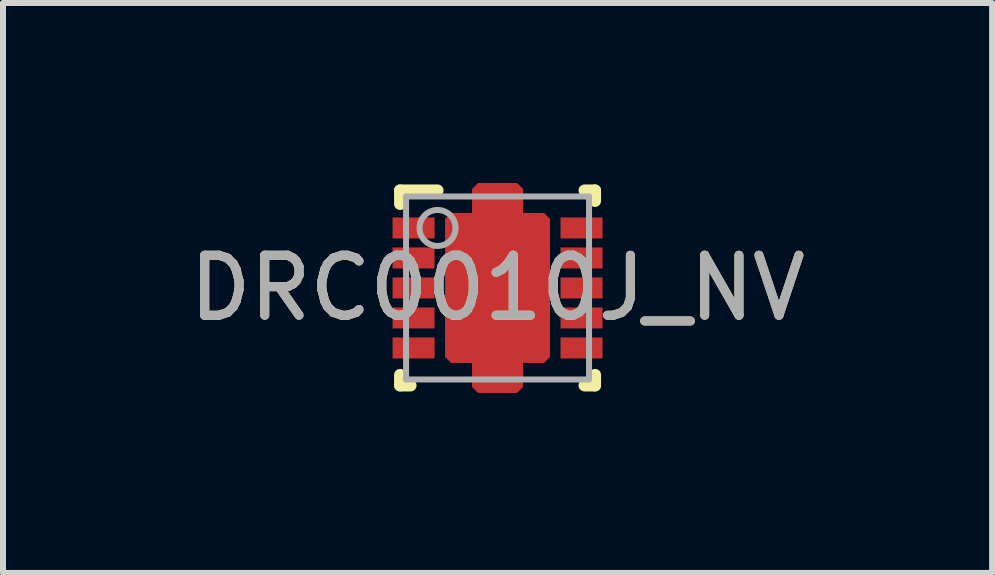
<source format=kicad_pcb>
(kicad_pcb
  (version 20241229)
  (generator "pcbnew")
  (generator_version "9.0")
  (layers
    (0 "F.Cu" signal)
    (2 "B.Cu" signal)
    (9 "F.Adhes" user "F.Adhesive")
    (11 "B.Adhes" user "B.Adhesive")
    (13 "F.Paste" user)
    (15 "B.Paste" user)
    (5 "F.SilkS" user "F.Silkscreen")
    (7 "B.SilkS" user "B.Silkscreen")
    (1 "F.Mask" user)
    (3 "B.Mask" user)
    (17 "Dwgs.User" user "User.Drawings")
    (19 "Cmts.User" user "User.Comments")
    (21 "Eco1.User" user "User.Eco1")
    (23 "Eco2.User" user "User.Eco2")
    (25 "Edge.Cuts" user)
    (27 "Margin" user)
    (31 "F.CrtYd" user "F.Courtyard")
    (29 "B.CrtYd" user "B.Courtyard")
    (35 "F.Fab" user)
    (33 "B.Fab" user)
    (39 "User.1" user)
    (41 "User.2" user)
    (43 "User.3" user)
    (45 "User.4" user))
  (footprint "DRC0010J_NV"
    (layer "F.Cu")
    (at 5.244 1.75)
    (property "Reference" "DRC0010J_NV" (at 0 0 0) (unlocked yes) (layer "F.SilkS") (effects (font (size 1 1) (thickness 0.15))))
    (attr smd)
    (fp_poly (pts (xy -0.25 -1.1) (xy 0.25 -1.1) (xy 0.25 -1.75) (xy -0.25 -1.75)) (stroke (width 0) (type solid)) (fill yes) (layer "F.Cu"))
    (fp_poly (pts (xy -0.25 1.75) (xy 0.25 1.75) (xy 0.25 1.1) (xy -0.25 1.1)) (stroke (width 0) (type solid)) (fill yes) (layer "F.Cu"))
    (fp_poly (pts (xy -0.775 1.25) (xy -0.425 1.25) (xy -0.425 1.65) (xy -0.325 1.75) (xy -0.325 1.75) (xy -0.175 1.75) (xy -0.175 1.75) (xy -0.075 1.65) (xy -0.075 1.25) (xy 0.075 1.25) (xy 0.075 1.65) (xy 0.175 1.75) (xy 0.175 1.75) (xy 0.325 1.75) (xy 0.325 1.75) (xy 0.425 1.65) (xy 0.425 1.25) (xy 0.775 1.25) (xy 0.875 1.15) (xy 0.875 -1.15) (xy 0.775 -1.25) (xy 0.425 -1.25) (xy 0.425 -1.65) (xy 0.325 -1.75) (xy 0.175 -1.75) (xy 0.075 -1.65) (xy 0.075 -1.25) (xy -0.075 -1.25) (xy -0.075 -1.65) (xy -0.175 -1.75) (xy -0.325 -1.75) (xy -0.425 -1.65) (xy -0.425 -1.25) (xy -0.775 -1.25) (xy -0.875 -1.15) (xy -0.875 1.15)) (stroke (width 0) (type solid)) (fill yes) (layer "F.Cu"))
    (fp_poly (pts (xy -0.754 1.2) (xy -0.825 1.129) (xy -0.825 -1.129) (xy -0.754 -1.2) (xy -0.425 -1.2) (xy -0.415 -1.201) (xy -0.406 -1.204) (xy -0.397 -1.208) (xy -0.39 -1.215) (xy -0.383 -1.222) (xy -0.379 -1.231) (xy -0.376 -1.24) (xy -0.375 -1.25) (xy -0.375 -1.629) (xy -0.304 -1.7) (xy -0.196 -1.7) (xy -0.125 -1.629) (xy -0.125 -1.25) (xy -0.124 -1.24) (xy -0.121 -1.231) (xy -0.117 -1.222) (xy -0.11 -1.215) (xy -0.103 -1.208) (xy -0.094 -1.204) (xy -0.085 -1.201) (xy -0.075 -1.2) (xy 0.075 -1.2) (xy 0.085 -1.201) (xy 0.094 -1.204) (xy 0.103 -1.208) (xy 0.11 -1.215) (xy 0.117 -1.222) (xy 0.121 -1.231) (xy 0.124 -1.24) (xy 0.125 -1.25) (xy 0.125 -1.629) (xy 0.196 -1.7) (xy 0.304 -1.7) (xy 0.375 -1.629) (xy 0.375 -1.25) (xy 0.376 -1.24) (xy 0.379 -1.231) (xy 0.383 -1.222) (xy 0.39 -1.215) (xy 0.397 -1.208) (xy 0.406 -1.204) (xy 0.415 -1.201) (xy 0.425 -1.2) (xy 0.754 -1.2) (xy 0.825 -1.129) (xy 0.825 1.129) (xy 0.754 1.2) (xy 0.425 1.2) (xy 0.415 1.201) (xy 0.406 1.204) (xy 0.397 1.208) (xy 0.39 1.215) (xy 0.383 1.222) (xy 0.379 1.231) (xy 0.376 1.24) (xy 0.375 1.25) (xy 0.375 1.629) (xy 0.304 1.7) (xy 0.196 1.7) (xy 0.125 1.629) (xy 0.125 1.25) (xy 0.124 1.24) (xy 0.121 1.231) (xy 0.117 1.222) (xy 0.11 1.215) (xy 0.103 1.208) (xy 0.094 1.204) (xy 0.085 1.201) (xy 0.075 1.2) (xy -0.075 1.2) (xy -0.085 1.201) (xy -0.094 1.204) (xy -0.103 1.208) (xy -0.11 1.215) (xy -0.117 1.222) (xy -0.121 1.231) (xy -0.124 1.24) (xy -0.125 1.25) (xy -0.125 1.629) (xy -0.196 1.7) (xy -0.304 1.7) (xy -0.375 1.629) (xy -0.375 1.25) (xy -0.376 1.24) (xy -0.379 1.231) (xy -0.383 1.222) (xy -0.39 1.215) (xy -0.397 1.208) (xy -0.406 1.204) (xy -0.415 1.201) (xy -0.425 1.2)) (stroke (width 0) (type solid)) (fill yes) (layer "F.Mask"))
    (fp_line (start -1.625 -1.625) (end -1 -1.625) (stroke (width 0.2) (type solid)) (layer "F.SilkS"))
    (fp_line (start -1.625 -1.4) (end -1.625 -1.625) (stroke (width 0.2) (type solid)) (layer "F.SilkS"))
    (fp_line (start -1.625 1.625) (end -1.625 1.45) (stroke (width 0.2) (type solid)) (layer "F.SilkS"))
    (fp_line (start -1.625 1.625) (end -1.45 1.625) (stroke (width 0.2) (type solid)) (layer "F.SilkS"))
    (fp_line (start 1.45 -1.625) (end 1.625 -1.625) (stroke (width 0.2) (type solid)) (layer "F.SilkS"))
    (fp_line (start 1.45 1.625) (end 1.625 1.625) (stroke (width 0.2) (type solid)) (layer "F.SilkS"))
    (fp_line (start 1.625 -1.45) (end 1.625 -1.625) (stroke (width 0.2) (type solid)) (layer "F.SilkS"))
    (fp_line (start 1.625 1.625) (end 1.625 1.45) (stroke (width 0.2) (type solid)) (layer "F.SilkS"))
    (fp_poly (pts (xy -0.75 -0.148) (xy -0.75 -1.112) (xy -0.749 -1.122) (xy -0.746 -1.131) (xy -0.742 -1.139) (xy -0.736 -1.146) (xy -0.729 -1.152) (xy -0.721 -1.156) (xy -0.712 -1.159) (xy -0.702 -1.16) (xy 0.702 -1.16) (xy 0.712 -1.159) (xy 0.721 -1.156) (xy 0.729 -1.152) (xy 0.736 -1.146) (xy 0.742 -1.139) (xy 0.746 -1.131) (xy 0.749 -1.122) (xy 0.75 -1.112) (xy 0.75 -0.148) (xy 0.749 -0.138) (xy 0.746 -0.129) (xy 0.742 -0.121) (xy 0.736 -0.114) (xy 0.729 -0.108) (xy 0.721 -0.104) (xy 0.712 -0.101) (xy 0.702 -0.1) (xy -0.702 -0.1) (xy -0.712 -0.101) (xy -0.721 -0.104) (xy -0.729 -0.108) (xy -0.736 -0.114) (xy -0.742 -0.121) (xy -0.746 -0.129) (xy -0.749 -0.138)) (stroke (width 0) (type solid)) (fill yes) (layer "F.Paste"))
    (fp_poly (pts (xy -0.75 1.112) (xy -0.75 0.148) (xy -0.749 0.138) (xy -0.746 0.129) (xy -0.742 0.121) (xy -0.736 0.114) (xy -0.729 0.108) (xy -0.721 0.104) (xy -0.712 0.101) (xy -0.702 0.1) (xy 0.702 0.1) (xy 0.712 0.101) (xy 0.721 0.104) (xy 0.729 0.108) (xy 0.736 0.114) (xy 0.742 0.121) (xy 0.746 0.129) (xy 0.749 0.138) (xy 0.75 0.148) (xy 0.75 1.112) (xy 0.749 1.122) (xy 0.746 1.131) (xy 0.742 1.139) (xy 0.736 1.146) (xy 0.729 1.152) (xy 0.721 1.156) (xy 0.712 1.159) (xy 0.702 1.16) (xy -0.702 1.16) (xy -0.712 1.159) (xy -0.721 1.156) (xy -0.729 1.152) (xy -0.736 1.146) (xy -0.742 1.139) (xy -0.746 1.131) (xy -0.749 1.122)) (stroke (width 0) (type solid)) (fill yes) (layer "F.Paste"))
    (fp_poly (pts (xy -0.125 -1.65) (xy -0.125 -1.41) (xy -0.126 -1.4) (xy -0.129 -1.391) (xy -0.133 -1.382) (xy -0.14 -1.375) (xy -0.147 -1.368) (xy -0.156 -1.364) (xy -0.165 -1.361) (xy -0.175 -1.36) (xy -0.325 -1.36) (xy -0.335 -1.361) (xy -0.344 -1.364) (xy -0.353 -1.368) (xy -0.36 -1.375) (xy -0.367 -1.382) (xy -0.371 -1.391) (xy -0.374 -1.4) (xy -0.375 -1.41) (xy -0.375 -1.65) (xy -0.374 -1.66) (xy -0.371 -1.669) (xy -0.367 -1.678) (xy -0.36 -1.685) (xy -0.353 -1.692) (xy -0.344 -1.696) (xy -0.335 -1.699) (xy -0.325 -1.7) (xy -0.175 -1.7) (xy -0.165 -1.699) (xy -0.156 -1.696) (xy -0.147 -1.692) (xy -0.14 -1.685) (xy -0.133 -1.678) (xy -0.129 -1.669) (xy -0.126 -1.66)) (stroke (width 0) (type solid)) (fill yes) (layer "F.Paste"))
    (fp_poly (pts (xy -0.125 1.41) (xy -0.125 1.65) (xy -0.126 1.66) (xy -0.129 1.669) (xy -0.133 1.678) (xy -0.14 1.685) (xy -0.147 1.692) (xy -0.156 1.696) (xy -0.165 1.699) (xy -0.175 1.7) (xy -0.325 1.7) (xy -0.335 1.699) (xy -0.344 1.696) (xy -0.353 1.692) (xy -0.36 1.685) (xy -0.367 1.678) (xy -0.371 1.669) (xy -0.374 1.66) (xy -0.375 1.65) (xy -0.375 1.41) (xy -0.374 1.4) (xy -0.371 1.391) (xy -0.367 1.382) (xy -0.36 1.375) (xy -0.353 1.368) (xy -0.344 1.364) (xy -0.335 1.361) (xy -0.325 1.36) (xy -0.175 1.36) (xy -0.165 1.361) (xy -0.156 1.364) (xy -0.147 1.368) (xy -0.14 1.375) (xy -0.133 1.382) (xy -0.129 1.391) (xy -0.126 1.4)) (stroke (width 0) (type solid)) (fill yes) (layer "F.Paste"))
    (fp_poly (pts (xy 0.125 -1.41) (xy 0.125 -1.65) (xy 0.126 -1.66) (xy 0.129 -1.669) (xy 0.133 -1.678) (xy 0.14 -1.685) (xy 0.147 -1.692) (xy 0.156 -1.696) (xy 0.165 -1.699) (xy 0.175 -1.7) (xy 0.325 -1.7) (xy 0.335 -1.699) (xy 0.344 -1.696) (xy 0.353 -1.692) (xy 0.36 -1.685) (xy 0.367 -1.678) (xy 0.371 -1.669) (xy 0.374 -1.66) (xy 0.375 -1.65) (xy 0.375 -1.41) (xy 0.374 -1.4) (xy 0.371 -1.391) (xy 0.367 -1.382) (xy 0.36 -1.375) (xy 0.353 -1.368) (xy 0.344 -1.364) (xy 0.335 -1.361) (xy 0.325 -1.36) (xy 0.175 -1.36) (xy 0.165 -1.361) (xy 0.156 -1.364) (xy 0.147 -1.368) (xy 0.14 -1.375) (xy 0.133 -1.382) (xy 0.129 -1.391) (xy 0.126 -1.4)) (stroke (width 0) (type solid)) (fill yes) (layer "F.Paste"))
    (fp_poly (pts (xy 0.125 1.65) (xy 0.125 1.41) (xy 0.126 1.4) (xy 0.129 1.391) (xy 0.133 1.382) (xy 0.14 1.375) (xy 0.147 1.368) (xy 0.156 1.364) (xy 0.165 1.361) (xy 0.175 1.36) (xy 0.325 1.36) (xy 0.335 1.361) (xy 0.344 1.364) (xy 0.353 1.368) (xy 0.36 1.375) (xy 0.367 1.382) (xy 0.371 1.391) (xy 0.374 1.4) (xy 0.375 1.41) (xy 0.375 1.65) (xy 0.374 1.66) (xy 0.371 1.669) (xy 0.367 1.678) (xy 0.36 1.685) (xy 0.353 1.692) (xy 0.344 1.696) (xy 0.335 1.699) (xy 0.325 1.7) (xy 0.175 1.7) (xy 0.165 1.699) (xy 0.156 1.696) (xy 0.147 1.692) (xy 0.14 1.685) (xy 0.133 1.678) (xy 0.129 1.669) (xy 0.126 1.66)) (stroke (width 0) (type solid)) (fill yes) (layer "F.Paste"))
    (fp_line (start -1.525 -1.525) (end 1.525 -1.525) (stroke (width 0.1) (type solid)) (layer "F.Fab"))
    (fp_line (start -1.525 1.525) (end -1.525 -1.525) (stroke (width 0.1) (type solid)) (layer "F.Fab"))
    (fp_line (start -1.525 1.525) (end 1.525 1.525) (stroke (width 0.1) (type solid)) (layer "F.Fab"))
    (fp_line (start 1.525 1.525) (end 1.525 -1.525) (stroke (width 0.1) (type solid)) (layer "F.Fab"))
    (fp_circle (center -1 -1) (end -0.7 -1) (stroke (width 0.1) (type solid)) (fill no) (layer "F.Fab"))
    (fp_text user "${REFERENCE}" (at 0 0 0) (unlocked yes) (layer "F.Fab") (effects (font (size 1 1) (thickness 0.15))))
    (pad "1" smd rect (at -1.4 -1) (size 0.7 0.35) (layers "F.Cu" "F.Mask" "F.Paste"))
    (pad "2" smd rect (at -1.4 -0.5) (size 0.7 0.35) (layers "F.Cu" "F.Mask" "F.Paste"))
    (pad "3" smd rect (at -1.4 0) (size 0.7 0.35) (layers "F.Cu" "F.Mask" "F.Paste"))
    (pad "4" smd rect (at -1.4 0.5) (size 0.7 0.35) (layers "F.Cu" "F.Mask" "F.Paste"))
    (pad "5" smd rect (at -1.4 1) (size 0.7 0.35) (layers "F.Cu" "F.Mask" "F.Paste"))
    (pad "6" smd rect (at 1.4 1) (size 0.7 0.35) (layers "F.Cu" "F.Mask" "F.Paste"))
    (pad "7" smd rect (at 1.4 0.5) (size 0.7 0.35) (layers "F.Cu" "F.Mask" "F.Paste"))
    (pad "8" smd rect (at 1.4 0) (size 0.7 0.35) (layers "F.Cu" "F.Mask" "F.Paste"))
    (pad "9" smd rect (at 1.4 -0.5) (size 0.7 0.35) (layers "F.Cu" "F.Mask" "F.Paste"))
    (pad "10" smd rect (at 1.4 -1) (size 0.7 0.35) (layers "F.Cu" "F.Mask" "F.Paste"))
    (pad "11" smd rect (at 0 0) (size 1.65 2.4) (layers "F.Cu")))
  (gr_rect
    (start -3 -3)
    (end 13.488 6.5)
    (stroke (width 0.1) (type default))
    (fill no)
    (layer "Edge.Cuts")))
</source>
